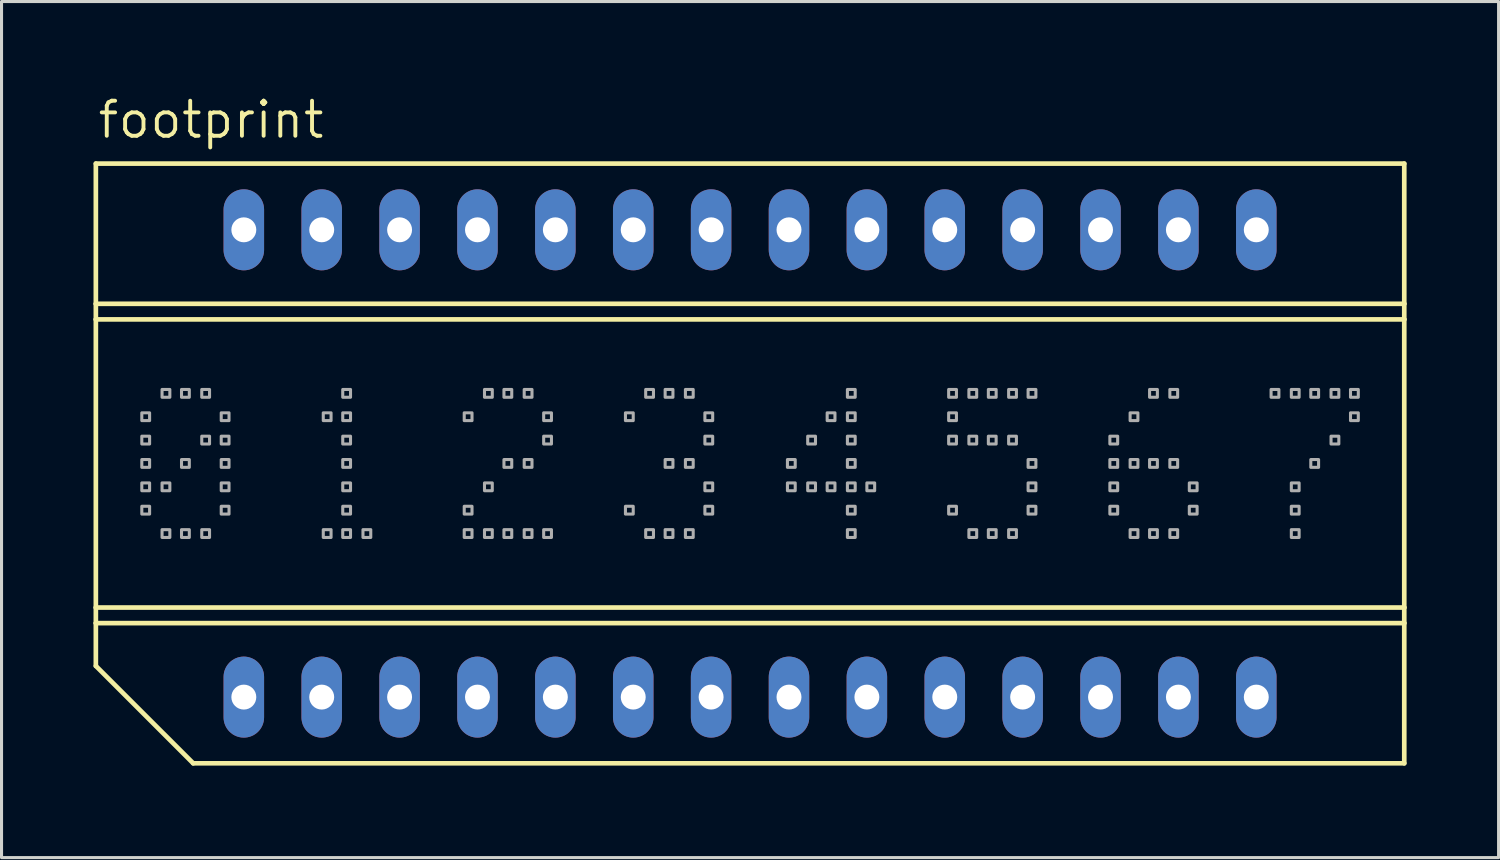
<source format=kicad_pcb>
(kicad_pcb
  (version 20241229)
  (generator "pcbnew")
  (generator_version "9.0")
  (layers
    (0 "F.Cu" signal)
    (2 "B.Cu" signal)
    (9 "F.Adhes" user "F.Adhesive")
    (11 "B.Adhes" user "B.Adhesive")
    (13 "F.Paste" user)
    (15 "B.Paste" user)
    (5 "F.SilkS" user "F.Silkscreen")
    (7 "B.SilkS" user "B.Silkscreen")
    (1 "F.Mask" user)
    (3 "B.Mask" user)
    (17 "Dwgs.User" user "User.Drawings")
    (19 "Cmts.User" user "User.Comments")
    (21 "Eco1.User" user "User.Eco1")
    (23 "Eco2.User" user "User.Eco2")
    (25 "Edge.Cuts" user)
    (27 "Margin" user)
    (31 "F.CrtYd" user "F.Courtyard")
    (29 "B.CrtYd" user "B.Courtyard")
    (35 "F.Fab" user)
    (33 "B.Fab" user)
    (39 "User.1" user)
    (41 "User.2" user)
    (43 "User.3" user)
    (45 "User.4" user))
  (footprint "footprint"
    (layer "F.Cu")
    (at 21.412 12.065)
    (property "Reference" "footprint" (at -21.336 -10.541 0) (layer "F.SilkS") (effects (font (size 1.143 1.143) (thickness 0.127)) (justify left bottom)))
    (fp_line (start -21.336 -5.207) (end -21.336 -9.779) (stroke (width 0.152) (type solid)) (layer "F.SilkS"))
    (fp_line (start -21.336 -5.207) (end 21.336 -5.207) (stroke (width 0.152) (type solid)) (layer "F.SilkS"))
    (fp_line (start -21.336 -4.699) (end -21.336 -5.207) (stroke (width 0.152) (type solid)) (layer "F.SilkS"))
    (fp_line (start -21.336 -4.699) (end 21.336 -4.699) (stroke (width 0.152) (type solid)) (layer "F.SilkS"))
    (fp_line (start -21.336 4.699) (end -21.336 -4.699) (stroke (width 0.152) (type solid)) (layer "F.SilkS"))
    (fp_line (start -21.336 4.699) (end 21.336 4.699) (stroke (width 0.152) (type solid)) (layer "F.SilkS"))
    (fp_line (start -21.336 5.207) (end -21.336 4.699) (stroke (width 0.152) (type solid)) (layer "F.SilkS"))
    (fp_line (start -21.336 5.207) (end 21.336 5.207) (stroke (width 0.152) (type solid)) (layer "F.SilkS"))
    (fp_line (start -21.336 6.604) (end -21.336 5.207) (stroke (width 0.152) (type solid)) (layer "F.SilkS"))
    (fp_line (start -21.336 6.604) (end -18.161 9.779) (stroke (width 0.152) (type solid)) (layer "F.SilkS"))
    (fp_line (start 21.336 -9.779) (end -21.336 -9.779) (stroke (width 0.152) (type solid)) (layer "F.SilkS"))
    (fp_line (start 21.336 -5.207) (end 21.336 -9.779) (stroke (width 0.152) (type solid)) (layer "F.SilkS"))
    (fp_line (start 21.336 -4.699) (end 21.336 -5.207) (stroke (width 0.152) (type solid)) (layer "F.SilkS"))
    (fp_line (start 21.336 4.699) (end 21.336 -4.699) (stroke (width 0.152) (type solid)) (layer "F.SilkS"))
    (fp_line (start 21.336 5.207) (end 21.336 4.699) (stroke (width 0.152) (type solid)) (layer "F.SilkS"))
    (fp_line (start 21.336 9.779) (end -18.161 9.779) (stroke (width 0.152) (type solid)) (layer "F.SilkS"))
    (fp_line (start 21.336 9.779) (end 21.336 5.207) (stroke (width 0.152) (type solid)) (layer "F.SilkS"))
    (fp_poly (pts (xy -19.837 -1.397) (xy -19.583 -1.397) (xy -19.583 -1.651) (xy -19.837 -1.651)) (stroke (width 0.1) (type solid)) (fill no) (layer "F.Fab"))
    (fp_poly (pts (xy -19.837 -0.635) (xy -19.583 -0.635) (xy -19.583 -0.889) (xy -19.837 -0.889)) (stroke (width 0.1) (type solid)) (fill no) (layer "F.Fab"))
    (fp_poly (pts (xy -19.837 0.127) (xy -19.583 0.127) (xy -19.583 -0.127) (xy -19.837 -0.127)) (stroke (width 0.1) (type solid)) (fill no) (layer "F.Fab"))
    (fp_poly (pts (xy -19.837 0.889) (xy -19.583 0.889) (xy -19.583 0.635) (xy -19.837 0.635)) (stroke (width 0.1) (type solid)) (fill no) (layer "F.Fab"))
    (fp_poly (pts (xy -19.837 1.651) (xy -19.583 1.651) (xy -19.583 1.397) (xy -19.837 1.397)) (stroke (width 0.1) (type solid)) (fill no) (layer "F.Fab"))
    (fp_poly (pts (xy -19.177 -2.159) (xy -18.923 -2.159) (xy -18.923 -2.413) (xy -19.177 -2.413)) (stroke (width 0.1) (type solid)) (fill no) (layer "F.Fab"))
    (fp_poly (pts (xy -19.177 0.889) (xy -18.923 0.889) (xy -18.923 0.635) (xy -19.177 0.635)) (stroke (width 0.1) (type solid)) (fill no) (layer "F.Fab"))
    (fp_poly (pts (xy -19.177 2.413) (xy -18.923 2.413) (xy -18.923 2.159) (xy -19.177 2.159)) (stroke (width 0.1) (type solid)) (fill no) (layer "F.Fab"))
    (fp_poly (pts (xy -18.542 -2.159) (xy -18.288 -2.159) (xy -18.288 -2.413) (xy -18.542 -2.413)) (stroke (width 0.1) (type solid)) (fill no) (layer "F.Fab"))
    (fp_poly (pts (xy -18.542 0.127) (xy -18.288 0.127) (xy -18.288 -0.127) (xy -18.542 -0.127)) (stroke (width 0.1) (type solid)) (fill no) (layer "F.Fab"))
    (fp_poly (pts (xy -18.542 2.413) (xy -18.288 2.413) (xy -18.288 2.159) (xy -18.542 2.159)) (stroke (width 0.1) (type solid)) (fill no) (layer "F.Fab"))
    (fp_poly (pts (xy -17.882 -2.159) (xy -17.628 -2.159) (xy -17.628 -2.413) (xy -17.882 -2.413)) (stroke (width 0.1) (type solid)) (fill no) (layer "F.Fab"))
    (fp_poly (pts (xy -17.882 -0.635) (xy -17.628 -0.635) (xy -17.628 -0.889) (xy -17.882 -0.889)) (stroke (width 0.1) (type solid)) (fill no) (layer "F.Fab"))
    (fp_poly (pts (xy -17.882 2.413) (xy -17.628 2.413) (xy -17.628 2.159) (xy -17.882 2.159)) (stroke (width 0.1) (type solid)) (fill no) (layer "F.Fab"))
    (fp_poly (pts (xy -17.247 -1.397) (xy -16.993 -1.397) (xy -16.993 -1.651) (xy -17.247 -1.651)) (stroke (width 0.1) (type solid)) (fill no) (layer "F.Fab"))
    (fp_poly (pts (xy -17.247 -0.635) (xy -16.993 -0.635) (xy -16.993 -0.889) (xy -17.247 -0.889)) (stroke (width 0.1) (type solid)) (fill no) (layer "F.Fab"))
    (fp_poly (pts (xy -17.247 0.127) (xy -16.993 0.127) (xy -16.993 -0.127) (xy -17.247 -0.127)) (stroke (width 0.1) (type solid)) (fill no) (layer "F.Fab"))
    (fp_poly (pts (xy -17.247 0.889) (xy -16.993 0.889) (xy -16.993 0.635) (xy -17.247 0.635)) (stroke (width 0.1) (type solid)) (fill no) (layer "F.Fab"))
    (fp_poly (pts (xy -17.247 1.651) (xy -16.993 1.651) (xy -16.993 1.397) (xy -17.247 1.397)) (stroke (width 0.1) (type solid)) (fill no) (layer "F.Fab"))
    (fp_poly (pts (xy -13.919 -1.397) (xy -13.665 -1.397) (xy -13.665 -1.651) (xy -13.919 -1.651)) (stroke (width 0.1) (type solid)) (fill no) (layer "F.Fab"))
    (fp_poly (pts (xy -13.919 2.413) (xy -13.665 2.413) (xy -13.665 2.159) (xy -13.919 2.159)) (stroke (width 0.1) (type solid)) (fill no) (layer "F.Fab"))
    (fp_poly (pts (xy -13.284 -2.159) (xy -13.03 -2.159) (xy -13.03 -2.413) (xy -13.284 -2.413)) (stroke (width 0.1) (type solid)) (fill no) (layer "F.Fab"))
    (fp_poly (pts (xy -13.284 -1.397) (xy -13.03 -1.397) (xy -13.03 -1.651) (xy -13.284 -1.651)) (stroke (width 0.1) (type solid)) (fill no) (layer "F.Fab"))
    (fp_poly (pts (xy -13.284 -0.635) (xy -13.03 -0.635) (xy -13.03 -0.889) (xy -13.284 -0.889)) (stroke (width 0.1) (type solid)) (fill no) (layer "F.Fab"))
    (fp_poly (pts (xy -13.284 0.127) (xy -13.03 0.127) (xy -13.03 -0.127) (xy -13.284 -0.127)) (stroke (width 0.1) (type solid)) (fill no) (layer "F.Fab"))
    (fp_poly (pts (xy -13.284 0.889) (xy -13.03 0.889) (xy -13.03 0.635) (xy -13.284 0.635)) (stroke (width 0.1) (type solid)) (fill no) (layer "F.Fab"))
    (fp_poly (pts (xy -13.284 1.651) (xy -13.03 1.651) (xy -13.03 1.397) (xy -13.284 1.397)) (stroke (width 0.1) (type solid)) (fill no) (layer "F.Fab"))
    (fp_poly (pts (xy -13.284 2.413) (xy -13.03 2.413) (xy -13.03 2.159) (xy -13.284 2.159)) (stroke (width 0.1) (type solid)) (fill no) (layer "F.Fab"))
    (fp_poly (pts (xy -12.624 2.413) (xy -12.37 2.413) (xy -12.37 2.159) (xy -12.624 2.159)) (stroke (width 0.1) (type solid)) (fill no) (layer "F.Fab"))
    (fp_poly (pts (xy -9.322 -1.397) (xy -9.068 -1.397) (xy -9.068 -1.651) (xy -9.322 -1.651)) (stroke (width 0.1) (type solid)) (fill no) (layer "F.Fab"))
    (fp_poly (pts (xy -9.322 1.651) (xy -9.068 1.651) (xy -9.068 1.397) (xy -9.322 1.397)) (stroke (width 0.1) (type solid)) (fill no) (layer "F.Fab"))
    (fp_poly (pts (xy -9.322 2.413) (xy -9.068 2.413) (xy -9.068 2.159) (xy -9.322 2.159)) (stroke (width 0.1) (type solid)) (fill no) (layer "F.Fab"))
    (fp_poly (pts (xy -8.661 -2.159) (xy -8.407 -2.159) (xy -8.407 -2.413) (xy -8.661 -2.413)) (stroke (width 0.1) (type solid)) (fill no) (layer "F.Fab"))
    (fp_poly (pts (xy -8.661 0.889) (xy -8.407 0.889) (xy -8.407 0.635) (xy -8.661 0.635)) (stroke (width 0.1) (type solid)) (fill no) (layer "F.Fab"))
    (fp_poly (pts (xy -8.661 2.413) (xy -8.407 2.413) (xy -8.407 2.159) (xy -8.661 2.159)) (stroke (width 0.1) (type solid)) (fill no) (layer "F.Fab"))
    (fp_poly (pts (xy -8.026 -2.159) (xy -7.772 -2.159) (xy -7.772 -2.413) (xy -8.026 -2.413)) (stroke (width 0.1) (type solid)) (fill no) (layer "F.Fab"))
    (fp_poly (pts (xy -8.026 0.127) (xy -7.772 0.127) (xy -7.772 -0.127) (xy -8.026 -0.127)) (stroke (width 0.1) (type solid)) (fill no) (layer "F.Fab"))
    (fp_poly (pts (xy -8.026 2.413) (xy -7.772 2.413) (xy -7.772 2.159) (xy -8.026 2.159)) (stroke (width 0.1) (type solid)) (fill no) (layer "F.Fab"))
    (fp_poly (pts (xy -7.366 -2.159) (xy -7.112 -2.159) (xy -7.112 -2.413) (xy -7.366 -2.413)) (stroke (width 0.1) (type solid)) (fill no) (layer "F.Fab"))
    (fp_poly (pts (xy -7.366 0.127) (xy -7.112 0.127) (xy -7.112 -0.127) (xy -7.366 -0.127)) (stroke (width 0.1) (type solid)) (fill no) (layer "F.Fab"))
    (fp_poly (pts (xy -7.366 2.413) (xy -7.112 2.413) (xy -7.112 2.159) (xy -7.366 2.159)) (stroke (width 0.1) (type solid)) (fill no) (layer "F.Fab"))
    (fp_poly (pts (xy -6.731 -1.397) (xy -6.477 -1.397) (xy -6.477 -1.651) (xy -6.731 -1.651)) (stroke (width 0.1) (type solid)) (fill no) (layer "F.Fab"))
    (fp_poly (pts (xy -6.731 -0.635) (xy -6.477 -0.635) (xy -6.477 -0.889) (xy -6.731 -0.889)) (stroke (width 0.1) (type solid)) (fill no) (layer "F.Fab"))
    (fp_poly (pts (xy -6.731 2.413) (xy -6.477 2.413) (xy -6.477 2.159) (xy -6.731 2.159)) (stroke (width 0.1) (type solid)) (fill no) (layer "F.Fab"))
    (fp_poly (pts (xy -4.064 -1.397) (xy -3.81 -1.397) (xy -3.81 -1.651) (xy -4.064 -1.651)) (stroke (width 0.1) (type solid)) (fill no) (layer "F.Fab"))
    (fp_poly (pts (xy -4.064 1.651) (xy -3.81 1.651) (xy -3.81 1.397) (xy -4.064 1.397)) (stroke (width 0.1) (type solid)) (fill no) (layer "F.Fab"))
    (fp_poly (pts (xy -3.404 -2.159) (xy -3.15 -2.159) (xy -3.15 -2.413) (xy -3.404 -2.413)) (stroke (width 0.1) (type solid)) (fill no) (layer "F.Fab"))
    (fp_poly (pts (xy -3.404 2.413) (xy -3.15 2.413) (xy -3.15 2.159) (xy -3.404 2.159)) (stroke (width 0.1) (type solid)) (fill no) (layer "F.Fab"))
    (fp_poly (pts (xy -2.769 -2.159) (xy -2.515 -2.159) (xy -2.515 -2.413) (xy -2.769 -2.413)) (stroke (width 0.1) (type solid)) (fill no) (layer "F.Fab"))
    (fp_poly (pts (xy -2.769 0.127) (xy -2.515 0.127) (xy -2.515 -0.127) (xy -2.769 -0.127)) (stroke (width 0.1) (type solid)) (fill no) (layer "F.Fab"))
    (fp_poly (pts (xy -2.769 2.413) (xy -2.515 2.413) (xy -2.515 2.159) (xy -2.769 2.159)) (stroke (width 0.1) (type solid)) (fill no) (layer "F.Fab"))
    (fp_poly (pts (xy -2.108 -2.159) (xy -1.854 -2.159) (xy -1.854 -2.413) (xy -2.108 -2.413)) (stroke (width 0.1) (type solid)) (fill no) (layer "F.Fab"))
    (fp_poly (pts (xy -2.108 0.127) (xy -1.854 0.127) (xy -1.854 -0.127) (xy -2.108 -0.127)) (stroke (width 0.1) (type solid)) (fill no) (layer "F.Fab"))
    (fp_poly (pts (xy -2.108 2.413) (xy -1.854 2.413) (xy -1.854 2.159) (xy -2.108 2.159)) (stroke (width 0.1) (type solid)) (fill no) (layer "F.Fab"))
    (fp_poly (pts (xy -1.473 -1.397) (xy -1.219 -1.397) (xy -1.219 -1.651) (xy -1.473 -1.651)) (stroke (width 0.1) (type solid)) (fill no) (layer "F.Fab"))
    (fp_poly (pts (xy -1.473 -0.635) (xy -1.219 -0.635) (xy -1.219 -0.889) (xy -1.473 -0.889)) (stroke (width 0.1) (type solid)) (fill no) (layer "F.Fab"))
    (fp_poly (pts (xy -1.473 0.889) (xy -1.219 0.889) (xy -1.219 0.635) (xy -1.473 0.635)) (stroke (width 0.1) (type solid)) (fill no) (layer "F.Fab"))
    (fp_poly (pts (xy -1.473 1.651) (xy -1.219 1.651) (xy -1.219 1.397) (xy -1.473 1.397)) (stroke (width 0.1) (type solid)) (fill no) (layer "F.Fab"))
    (fp_poly (pts (xy 1.219 0.127) (xy 1.473 0.127) (xy 1.473 -0.127) (xy 1.219 -0.127)) (stroke (width 0.1) (type solid)) (fill no) (layer "F.Fab"))
    (fp_poly (pts (xy 1.219 0.889) (xy 1.473 0.889) (xy 1.473 0.635) (xy 1.219 0.635)) (stroke (width 0.1) (type solid)) (fill no) (layer "F.Fab"))
    (fp_poly (pts (xy 1.88 -0.635) (xy 2.134 -0.635) (xy 2.134 -0.889) (xy 1.88 -0.889)) (stroke (width 0.1) (type solid)) (fill no) (layer "F.Fab"))
    (fp_poly (pts (xy 1.88 0.889) (xy 2.134 0.889) (xy 2.134 0.635) (xy 1.88 0.635)) (stroke (width 0.1) (type solid)) (fill no) (layer "F.Fab"))
    (fp_poly (pts (xy 2.515 -1.397) (xy 2.769 -1.397) (xy 2.769 -1.651) (xy 2.515 -1.651)) (stroke (width 0.1) (type solid)) (fill no) (layer "F.Fab"))
    (fp_poly (pts (xy 2.515 0.889) (xy 2.769 0.889) (xy 2.769 0.635) (xy 2.515 0.635)) (stroke (width 0.1) (type solid)) (fill no) (layer "F.Fab"))
    (fp_poly (pts (xy 3.175 -2.159) (xy 3.429 -2.159) (xy 3.429 -2.413) (xy 3.175 -2.413)) (stroke (width 0.1) (type solid)) (fill no) (layer "F.Fab"))
    (fp_poly (pts (xy 3.175 -1.397) (xy 3.429 -1.397) (xy 3.429 -1.651) (xy 3.175 -1.651)) (stroke (width 0.1) (type solid)) (fill no) (layer "F.Fab"))
    (fp_poly (pts (xy 3.175 -0.635) (xy 3.429 -0.635) (xy 3.429 -0.889) (xy 3.175 -0.889)) (stroke (width 0.1) (type solid)) (fill no) (layer "F.Fab"))
    (fp_poly (pts (xy 3.175 0.127) (xy 3.429 0.127) (xy 3.429 -0.127) (xy 3.175 -0.127)) (stroke (width 0.1) (type solid)) (fill no) (layer "F.Fab"))
    (fp_poly (pts (xy 3.175 0.889) (xy 3.429 0.889) (xy 3.429 0.635) (xy 3.175 0.635)) (stroke (width 0.1) (type solid)) (fill no) (layer "F.Fab"))
    (fp_poly (pts (xy 3.175 1.651) (xy 3.429 1.651) (xy 3.429 1.397) (xy 3.175 1.397)) (stroke (width 0.1) (type solid)) (fill no) (layer "F.Fab"))
    (fp_poly (pts (xy 3.175 2.413) (xy 3.429 2.413) (xy 3.429 2.159) (xy 3.175 2.159)) (stroke (width 0.1) (type solid)) (fill no) (layer "F.Fab"))
    (fp_poly (pts (xy 3.81 0.889) (xy 4.064 0.889) (xy 4.064 0.635) (xy 3.81 0.635)) (stroke (width 0.1) (type solid)) (fill no) (layer "F.Fab"))
    (fp_poly (pts (xy 6.477 -2.159) (xy 6.731 -2.159) (xy 6.731 -2.413) (xy 6.477 -2.413)) (stroke (width 0.1) (type solid)) (fill no) (layer "F.Fab"))
    (fp_poly (pts (xy 6.477 -1.397) (xy 6.731 -1.397) (xy 6.731 -1.651) (xy 6.477 -1.651)) (stroke (width 0.1) (type solid)) (fill no) (layer "F.Fab"))
    (fp_poly (pts (xy 6.477 -0.635) (xy 6.731 -0.635) (xy 6.731 -0.889) (xy 6.477 -0.889)) (stroke (width 0.1) (type solid)) (fill no) (layer "F.Fab"))
    (fp_poly (pts (xy 6.477 1.651) (xy 6.731 1.651) (xy 6.731 1.397) (xy 6.477 1.397)) (stroke (width 0.1) (type solid)) (fill no) (layer "F.Fab"))
    (fp_poly (pts (xy 7.137 -2.159) (xy 7.391 -2.159) (xy 7.391 -2.413) (xy 7.137 -2.413)) (stroke (width 0.1) (type solid)) (fill no) (layer "F.Fab"))
    (fp_poly (pts (xy 7.137 -0.635) (xy 7.391 -0.635) (xy 7.391 -0.889) (xy 7.137 -0.889)) (stroke (width 0.1) (type solid)) (fill no) (layer "F.Fab"))
    (fp_poly (pts (xy 7.137 2.413) (xy 7.391 2.413) (xy 7.391 2.159) (xy 7.137 2.159)) (stroke (width 0.1) (type solid)) (fill no) (layer "F.Fab"))
    (fp_poly (pts (xy 7.772 -2.159) (xy 8.026 -2.159) (xy 8.026 -2.413) (xy 7.772 -2.413)) (stroke (width 0.1) (type solid)) (fill no) (layer "F.Fab"))
    (fp_poly (pts (xy 7.772 -0.635) (xy 8.026 -0.635) (xy 8.026 -0.889) (xy 7.772 -0.889)) (stroke (width 0.1) (type solid)) (fill no) (layer "F.Fab"))
    (fp_poly (pts (xy 7.772 2.413) (xy 8.026 2.413) (xy 8.026 2.159) (xy 7.772 2.159)) (stroke (width 0.1) (type solid)) (fill no) (layer "F.Fab"))
    (fp_poly (pts (xy 8.433 -2.159) (xy 8.687 -2.159) (xy 8.687 -2.413) (xy 8.433 -2.413)) (stroke (width 0.1) (type solid)) (fill no) (layer "F.Fab"))
    (fp_poly (pts (xy 8.433 -0.635) (xy 8.687 -0.635) (xy 8.687 -0.889) (xy 8.433 -0.889)) (stroke (width 0.1) (type solid)) (fill no) (layer "F.Fab"))
    (fp_poly (pts (xy 8.433 2.413) (xy 8.687 2.413) (xy 8.687 2.159) (xy 8.433 2.159)) (stroke (width 0.1) (type solid)) (fill no) (layer "F.Fab"))
    (fp_poly (pts (xy 9.068 -2.159) (xy 9.322 -2.159) (xy 9.322 -2.413) (xy 9.068 -2.413)) (stroke (width 0.1) (type solid)) (fill no) (layer "F.Fab"))
    (fp_poly (pts (xy 9.068 0.127) (xy 9.322 0.127) (xy 9.322 -0.127) (xy 9.068 -0.127)) (stroke (width 0.1) (type solid)) (fill no) (layer "F.Fab"))
    (fp_poly (pts (xy 9.068 0.889) (xy 9.322 0.889) (xy 9.322 0.635) (xy 9.068 0.635)) (stroke (width 0.1) (type solid)) (fill no) (layer "F.Fab"))
    (fp_poly (pts (xy 9.068 1.651) (xy 9.322 1.651) (xy 9.322 1.397) (xy 9.068 1.397)) (stroke (width 0.1) (type solid)) (fill no) (layer "F.Fab"))
    (fp_poly (pts (xy 11.735 -0.635) (xy 11.989 -0.635) (xy 11.989 -0.889) (xy 11.735 -0.889)) (stroke (width 0.1) (type solid)) (fill no) (layer "F.Fab"))
    (fp_poly (pts (xy 11.735 0.127) (xy 11.989 0.127) (xy 11.989 -0.127) (xy 11.735 -0.127)) (stroke (width 0.1) (type solid)) (fill no) (layer "F.Fab"))
    (fp_poly (pts (xy 11.735 0.889) (xy 11.989 0.889) (xy 11.989 0.635) (xy 11.735 0.635)) (stroke (width 0.1) (type solid)) (fill no) (layer "F.Fab"))
    (fp_poly (pts (xy 11.735 1.651) (xy 11.989 1.651) (xy 11.989 1.397) (xy 11.735 1.397)) (stroke (width 0.1) (type solid)) (fill no) (layer "F.Fab"))
    (fp_poly (pts (xy 12.395 -1.397) (xy 12.649 -1.397) (xy 12.649 -1.651) (xy 12.395 -1.651)) (stroke (width 0.1) (type solid)) (fill no) (layer "F.Fab"))
    (fp_poly (pts (xy 12.395 0.127) (xy 12.649 0.127) (xy 12.649 -0.127) (xy 12.395 -0.127)) (stroke (width 0.1) (type solid)) (fill no) (layer "F.Fab"))
    (fp_poly (pts (xy 12.395 2.413) (xy 12.649 2.413) (xy 12.649 2.159) (xy 12.395 2.159)) (stroke (width 0.1) (type solid)) (fill no) (layer "F.Fab"))
    (fp_poly (pts (xy 13.03 -2.159) (xy 13.284 -2.159) (xy 13.284 -2.413) (xy 13.03 -2.413)) (stroke (width 0.1) (type solid)) (fill no) (layer "F.Fab"))
    (fp_poly (pts (xy 13.03 0.127) (xy 13.284 0.127) (xy 13.284 -0.127) (xy 13.03 -0.127)) (stroke (width 0.1) (type solid)) (fill no) (layer "F.Fab"))
    (fp_poly (pts (xy 13.03 2.413) (xy 13.284 2.413) (xy 13.284 2.159) (xy 13.03 2.159)) (stroke (width 0.1) (type solid)) (fill no) (layer "F.Fab"))
    (fp_poly (pts (xy 13.691 -2.159) (xy 13.945 -2.159) (xy 13.945 -2.413) (xy 13.691 -2.413)) (stroke (width 0.1) (type solid)) (fill no) (layer "F.Fab"))
    (fp_poly (pts (xy 13.691 0.127) (xy 13.945 0.127) (xy 13.945 -0.127) (xy 13.691 -0.127)) (stroke (width 0.1) (type solid)) (fill no) (layer "F.Fab"))
    (fp_poly (pts (xy 13.691 2.413) (xy 13.945 2.413) (xy 13.945 2.159) (xy 13.691 2.159)) (stroke (width 0.1) (type solid)) (fill no) (layer "F.Fab"))
    (fp_poly (pts (xy 14.326 0.889) (xy 14.58 0.889) (xy 14.58 0.635) (xy 14.326 0.635)) (stroke (width 0.1) (type solid)) (fill no) (layer "F.Fab"))
    (fp_poly (pts (xy 14.326 1.651) (xy 14.58 1.651) (xy 14.58 1.397) (xy 14.326 1.397)) (stroke (width 0.1) (type solid)) (fill no) (layer "F.Fab"))
    (fp_poly (pts (xy 16.993 -2.159) (xy 17.247 -2.159) (xy 17.247 -2.413) (xy 16.993 -2.413)) (stroke (width 0.1) (type solid)) (fill no) (layer "F.Fab"))
    (fp_poly (pts (xy 17.653 -2.159) (xy 17.907 -2.159) (xy 17.907 -2.413) (xy 17.653 -2.413)) (stroke (width 0.1) (type solid)) (fill no) (layer "F.Fab"))
    (fp_poly (pts (xy 17.653 0.889) (xy 17.907 0.889) (xy 17.907 0.635) (xy 17.653 0.635)) (stroke (width 0.1) (type solid)) (fill no) (layer "F.Fab"))
    (fp_poly (pts (xy 17.653 1.651) (xy 17.907 1.651) (xy 17.907 1.397) (xy 17.653 1.397)) (stroke (width 0.1) (type solid)) (fill no) (layer "F.Fab"))
    (fp_poly (pts (xy 17.653 2.413) (xy 17.907 2.413) (xy 17.907 2.159) (xy 17.653 2.159)) (stroke (width 0.1) (type solid)) (fill no) (layer "F.Fab"))
    (fp_poly (pts (xy 18.288 -2.159) (xy 18.542 -2.159) (xy 18.542 -2.413) (xy 18.288 -2.413)) (stroke (width 0.1) (type solid)) (fill no) (layer "F.Fab"))
    (fp_poly (pts (xy 18.288 0.127) (xy 18.542 0.127) (xy 18.542 -0.127) (xy 18.288 -0.127)) (stroke (width 0.1) (type solid)) (fill no) (layer "F.Fab"))
    (fp_poly (pts (xy 18.948 -2.159) (xy 19.202 -2.159) (xy 19.202 -2.413) (xy 18.948 -2.413)) (stroke (width 0.1) (type solid)) (fill no) (layer "F.Fab"))
    (fp_poly (pts (xy 18.948 -0.635) (xy 19.202 -0.635) (xy 19.202 -0.889) (xy 18.948 -0.889)) (stroke (width 0.1) (type solid)) (fill no) (layer "F.Fab"))
    (fp_poly (pts (xy 19.583 -2.159) (xy 19.837 -2.159) (xy 19.837 -2.413) (xy 19.583 -2.413)) (stroke (width 0.1) (type solid)) (fill no) (layer "F.Fab"))
    (fp_poly (pts (xy 19.583 -1.397) (xy 19.837 -1.397) (xy 19.837 -1.651) (xy 19.583 -1.651)) (stroke (width 0.1) (type solid)) (fill no) (layer "F.Fab"))
    (pad "1" thru_hole oval (at -16.51 7.62 90) (size 2.642 1.321) (drill 0.813) (layers "*.Cu" "*.Mask"))
    (pad "2" thru_hole oval (at -13.97 7.62 90) (size 2.642 1.321) (drill 0.813) (layers "*.Cu" "*.Mask"))
    (pad "3" thru_hole oval (at -11.43 7.62 90) (size 2.642 1.321) (drill 0.813) (layers "*.Cu" "*.Mask"))
    (pad "4" thru_hole oval (at -8.89 7.62 90) (size 2.642 1.321) (drill 0.813) (layers "*.Cu" "*.Mask"))
    (pad "5" thru_hole oval (at -6.35 7.62 90) (size 2.642 1.321) (drill 0.813) (layers "*.Cu" "*.Mask"))
    (pad "6" thru_hole oval (at -3.81 7.62 90) (size 2.642 1.321) (drill 0.813) (layers "*.Cu" "*.Mask"))
    (pad "7" thru_hole oval (at -1.27 7.62 90) (size 2.642 1.321) (drill 0.813) (layers "*.Cu" "*.Mask"))
    (pad "8" thru_hole oval (at 1.27 7.62 90) (size 2.642 1.321) (drill 0.813) (layers "*.Cu" "*.Mask"))
    (pad "9" thru_hole oval (at 3.81 7.62 90) (size 2.642 1.321) (drill 0.813) (layers "*.Cu" "*.Mask"))
    (pad "10" thru_hole oval (at 6.35 7.62 90) (size 2.642 1.321) (drill 0.813) (layers "*.Cu" "*.Mask"))
    (pad "11" thru_hole oval (at 8.89 7.62 90) (size 2.642 1.321) (drill 0.813) (layers "*.Cu" "*.Mask"))
    (pad "12" thru_hole oval (at 11.43 7.62 90) (size 2.642 1.321) (drill 0.813) (layers "*.Cu" "*.Mask"))
    (pad "13" thru_hole oval (at 13.97 7.62 90) (size 2.642 1.321) (drill 0.813) (layers "*.Cu" "*.Mask"))
    (pad "14" thru_hole oval (at 16.51 7.62 90) (size 2.642 1.321) (drill 0.813) (layers "*.Cu" "*.Mask"))
    (pad "15" thru_hole oval (at 16.51 -7.62 90) (size 2.642 1.321) (drill 0.813) (layers "*.Cu" "*.Mask"))
    (pad "16" thru_hole oval (at 13.97 -7.62 90) (size 2.642 1.321) (drill 0.813) (layers "*.Cu" "*.Mask"))
    (pad "17" thru_hole oval (at 11.43 -7.62 90) (size 2.642 1.321) (drill 0.813) (layers "*.Cu" "*.Mask"))
    (pad "18" thru_hole oval (at 8.89 -7.62 90) (size 2.642 1.321) (drill 0.813) (layers "*.Cu" "*.Mask"))
    (pad "19" thru_hole oval (at 6.35 -7.62 90) (size 2.642 1.321) (drill 0.813) (layers "*.Cu" "*.Mask"))
    (pad "20" thru_hole oval (at 3.81 -7.62 90) (size 2.642 1.321) (drill 0.813) (layers "*.Cu" "*.Mask"))
    (pad "21" thru_hole oval (at 1.27 -7.62 90) (size 2.642 1.321) (drill 0.813) (layers "*.Cu" "*.Mask"))
    (pad "22" thru_hole oval (at -1.27 -7.62 90) (size 2.642 1.321) (drill 0.813) (layers "*.Cu" "*.Mask"))
    (pad "23" thru_hole oval (at -3.81 -7.62 90) (size 2.642 1.321) (drill 0.813) (layers "*.Cu" "*.Mask"))
    (pad "24" thru_hole oval (at -6.35 -7.62 90) (size 2.642 1.321) (drill 0.813) (layers "*.Cu" "*.Mask"))
    (pad "25" thru_hole oval (at -8.89 -7.62 90) (size 2.642 1.321) (drill 0.813) (layers "*.Cu" "*.Mask"))
    (pad "26" thru_hole oval (at -11.43 -7.62 90) (size 2.642 1.321) (drill 0.813) (layers "*.Cu" "*.Mask"))
    (pad "27" thru_hole oval (at -13.97 -7.62 90) (size 2.642 1.321) (drill 0.813) (layers "*.Cu" "*.Mask"))
    (pad "28" thru_hole oval (at -16.51 -7.62 90) (size 2.642 1.321) (drill 0.813) (layers "*.Cu" "*.Mask")))
  (gr_rect
    (start -3 -3)
    (end 45.824 24.92)
    (stroke (width 0.1) (type default))
    (fill no)
    (layer "Edge.Cuts")))
</source>
